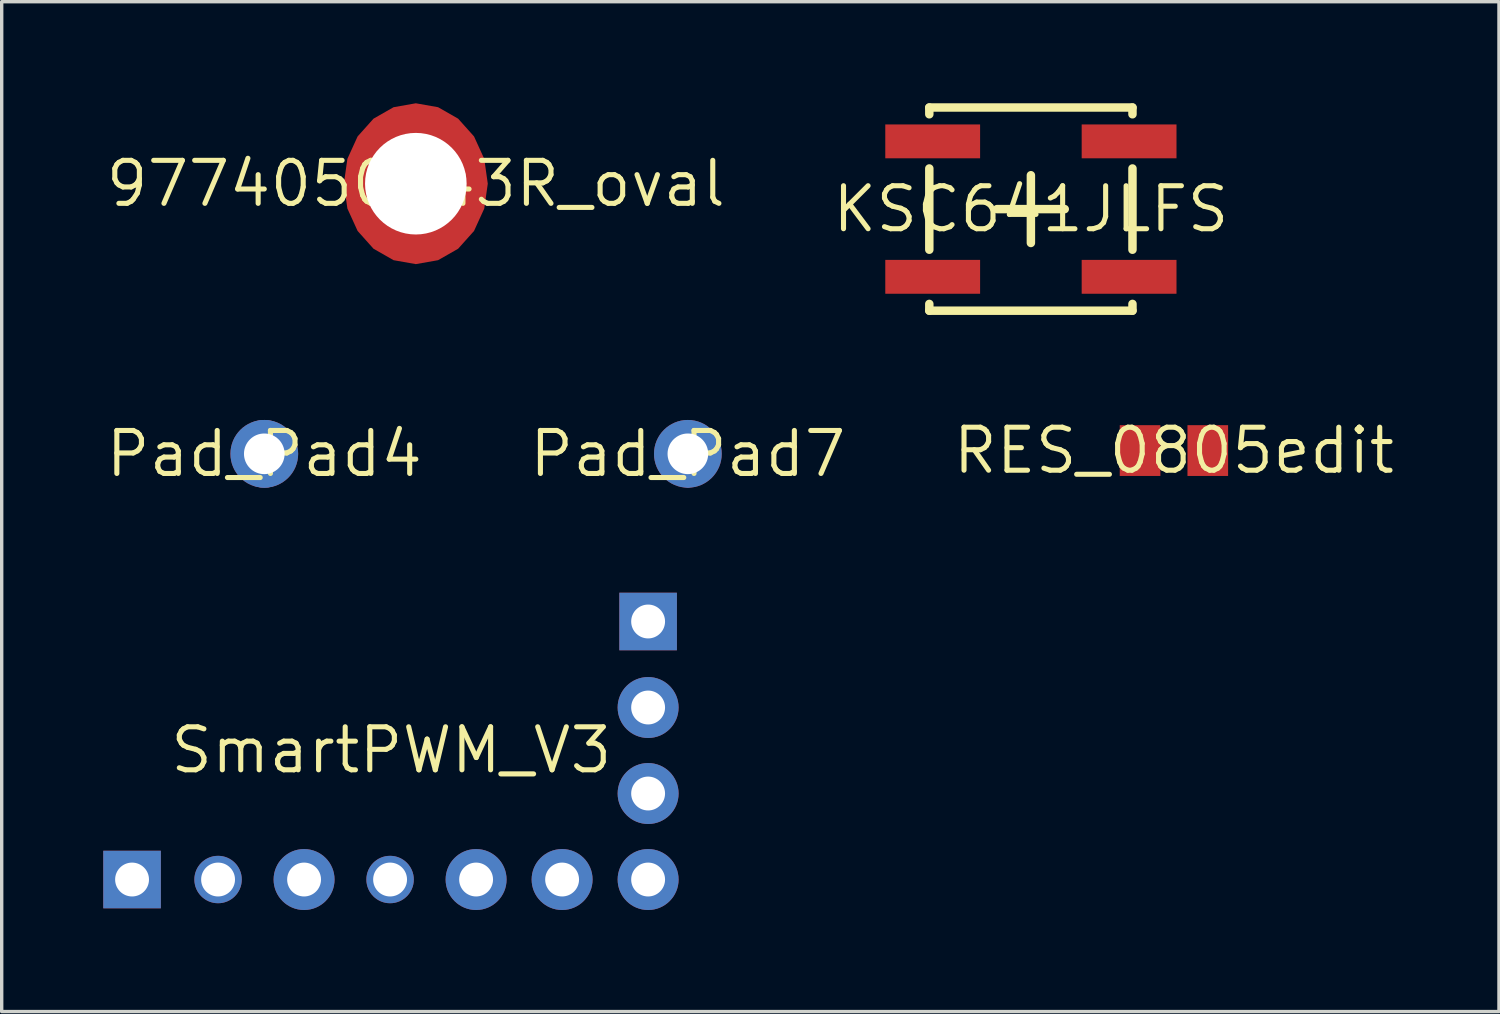
<source format=kicad_pcb>
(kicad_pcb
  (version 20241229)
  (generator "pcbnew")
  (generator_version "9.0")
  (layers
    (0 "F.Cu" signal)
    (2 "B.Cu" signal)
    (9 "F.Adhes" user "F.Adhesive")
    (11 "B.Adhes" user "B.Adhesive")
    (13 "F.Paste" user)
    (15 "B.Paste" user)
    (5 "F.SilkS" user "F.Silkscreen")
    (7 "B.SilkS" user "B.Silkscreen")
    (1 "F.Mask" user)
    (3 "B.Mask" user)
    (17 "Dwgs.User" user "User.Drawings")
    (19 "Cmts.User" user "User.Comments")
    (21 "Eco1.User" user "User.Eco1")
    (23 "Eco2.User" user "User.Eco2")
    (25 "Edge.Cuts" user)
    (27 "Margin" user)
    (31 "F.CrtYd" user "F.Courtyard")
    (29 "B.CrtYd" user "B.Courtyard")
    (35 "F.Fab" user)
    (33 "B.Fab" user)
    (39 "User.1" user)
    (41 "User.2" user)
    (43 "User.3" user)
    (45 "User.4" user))
  (footprint "Pad_Pad7"
    (layer "F.Cu")
    (at 17.264 10.352)
    (property "Reference" "Pad_Pad7" (at 0 0 0) (layer "F.SilkS") (effects (font (size 1.27 1.27) (thickness 0.15))))
    (attr through_hole)
    (fp_poly (pts (xy 0.799 0) (xy 0.76 -0.309) (xy 0.646 -0.587) (xy 0.47 -0.808) (xy 0.247 -0.95) (xy 0 -0.999) (xy -0.247 -0.95) (xy -0.47 -0.808) (xy -0.646 -0.587) (xy -0.76 -0.309) (xy -0.799 0) (xy -0.76 0.309) (xy -0.646 0.587) (xy -0.47 0.808) (xy -0.247 0.95) (xy 0 0.999) (xy 0.247 0.95) (xy 0.47 0.808) (xy 0.646 0.587) (xy 0.76 0.309)) (stroke (width 0) (type solid)) (fill yes) (layer "F.Cu"))
    (fp_poly (pts (xy 0.902 0) (xy 0.858 -0.341) (xy 0.73 -0.648) (xy 0.53 -0.892) (xy 0.279 -1.048) (xy 0 -1.102) (xy -0.279 -1.048) (xy -0.53 -0.892) (xy -0.73 -0.648) (xy -0.858 -0.341) (xy -0.902 0) (xy -0.858 0.341) (xy -0.73 0.648) (xy -0.53 0.892) (xy -0.279 1.048) (xy 0 1.102) (xy 0.279 1.048) (xy 0.53 0.892) (xy 0.73 0.648) (xy 0.858 0.341)) (stroke (width 0) (type solid)) (fill yes) (layer "F.Mask"))
    (fp_poly (pts (xy 0.799 0) (xy 0.76 -0.309) (xy 0.646 -0.587) (xy 0.47 -0.808) (xy 0.247 -0.95) (xy 0 -0.999) (xy -0.247 -0.95) (xy -0.47 -0.808) (xy -0.646 -0.587) (xy -0.76 -0.309) (xy -0.799 0) (xy -0.76 0.309) (xy -0.646 0.587) (xy -0.47 0.808) (xy -0.247 0.95) (xy 0 0.999) (xy 0.247 0.95) (xy 0.47 0.808) (xy 0.646 0.587) (xy 0.76 0.309)) (stroke (width 0) (type solid)) (fill yes) (layer "B.Cu"))
    (fp_poly (pts (xy 0.902 0) (xy 0.858 -0.341) (xy 0.73 -0.648) (xy 0.53 -0.892) (xy 0.279 -1.048) (xy 0 -1.102) (xy -0.279 -1.048) (xy -0.53 -0.892) (xy -0.73 -0.648) (xy -0.858 -0.341) (xy -0.902 0) (xy -0.858 0.341) (xy -0.73 0.648) (xy -0.53 0.892) (xy -0.279 1.048) (xy 0 1.102) (xy 0.279 1.048) (xy 0.53 0.892) (xy 0.73 0.648) (xy 0.858 0.341)) (stroke (width 0) (type solid)) (fill yes) (layer "B.Mask"))
    (pad "1" thru_hole circle (at 0 0) (size 2 2) (drill 1.2) (layers "*.Cu" "*.Mask")))
  (footprint "RES_0805edit"
    (layer "F.Cu")
    (at 31.618 10.256)
    (property "Reference" "RES_0805edit" (at 0 0 0) (layer "F.SilkS") (effects (font (size 1.27 1.27) (thickness 0.15))))
    (attr through_hole)
    (pad "1" smd rect (at -1 0 90) (size 1.5 1.2) (layers "F.Cu" "F.Mask" "F.Paste"))
    (pad "2" smd rect (at 1 0 90) (size 1.5 1.2) (layers "F.Cu" "F.Mask" "F.Paste")))
  (footprint "KSC641JLFS"
    (layer "F.Cu")
    (at 27.394 3.125)
    (property "Reference" "KSC641JLFS" (at 0 0 0) (layer "F.SilkS") (effects (font (size 1.27 1.27) (thickness 0.15))))
    (attr through_hole)
    (fp_line (start -3 -3) (end -3 -2.8) (stroke (width 0.25) (type solid)) (layer "F.SilkS"))
    (fp_line (start -3 -3) (end 3 -3) (stroke (width 0.25) (type solid)) (layer "F.SilkS"))
    (fp_line (start -3 -1.2) (end -3 1.2) (stroke (width 0.25) (type solid)) (layer "F.SilkS"))
    (fp_line (start -3 3) (end -3 2.8) (stroke (width 0.25) (type solid)) (layer "F.SilkS"))
    (fp_line (start -3 3) (end 3 3) (stroke (width 0.25) (type solid)) (layer "F.SilkS"))
    (fp_line (start -1 0) (end 1 0) (stroke (width 0.25) (type solid)) (layer "F.SilkS"))
    (fp_line (start 0 -1) (end 0 1) (stroke (width 0.25) (type solid)) (layer "F.SilkS"))
    (fp_line (start 3 -3) (end 3 -2.8) (stroke (width 0.25) (type solid)) (layer "F.SilkS"))
    (fp_line (start 3 -1.2) (end 3 1.2) (stroke (width 0.25) (type solid)) (layer "F.SilkS"))
    (fp_line (start 3 3) (end 3 2.8) (stroke (width 0.25) (type solid)) (layer "F.SilkS"))
    (pad "1" smd rect (at -2.9 -2) (size 2.8 1) (layers "F.Cu" "F.Mask" "F.Paste"))
    (pad "2" smd rect (at 2.9 -2) (size 2.8 1) (layers "F.Cu" "F.Mask" "F.Paste"))
    (pad "3" smd rect (at -2.9 2) (size 2.8 1) (layers "F.Cu" "F.Mask" "F.Paste"))
    (pad "4" smd rect (at 2.9 2) (size 2.8 1) (layers "F.Cu" "F.Mask" "F.Paste")))
  (footprint "9774050243R_oval"
    (layer "F.Cu")
    (at 9.23 2.375)
    (property "Reference" "9774050243R_oval" (at 0 0 0) (layer "F.SilkS") (effects (font (size 1.27 1.27) (thickness 0.15))))
    (attr through_hole)
    (fp_poly (pts (xy 2.125 0) (xy 2.021 -0.734) (xy 1.719 -1.396) (xy 1.249 -1.921) (xy 0.657 -2.259) (xy 0 -2.375) (xy -0.657 -2.259) (xy -1.249 -1.921) (xy -1.719 -1.396) (xy -2.021 -0.734) (xy -2.125 0) (xy -2.021 0.734) (xy -1.719 1.396) (xy -1.249 1.921) (xy -0.657 2.259) (xy 0 2.375) (xy 0.657 2.259) (xy 1.249 1.921) (xy 1.719 1.396) (xy 2.021 0.734)) (stroke (width 0) (type solid)) (fill yes) (layer "F.Cu"))
    (fp_poly (pts (xy 2.125 0) (xy 2.021 -0.734) (xy 1.719 -1.396) (xy 1.249 -1.921) (xy 0.657 -2.259) (xy 0 -2.375) (xy -0.657 -2.259) (xy -1.249 -1.921) (xy -1.719 -1.396) (xy -2.021 -0.734) (xy -2.125 0) (xy -2.021 0.734) (xy -1.719 1.396) (xy -1.249 1.921) (xy -0.657 2.259) (xy 0 2.375) (xy 0.657 2.259) (xy 1.249 1.921) (xy 1.719 1.396) (xy 2.021 0.734)) (stroke (width 0) (type solid)) (fill yes) (layer "F.Mask"))
    (pad "" np_thru_hole circle (at 0 0) (size 3 3) (drill 3) (layers "*.Cu" "*.Mask")))
  (footprint "Pad_Pad4"
    (layer "F.Cu")
    (at 4.755 10.352)
    (property "Reference" "Pad_Pad4" (at 0 0 0) (layer "F.SilkS") (effects (font (size 1.27 1.27) (thickness 0.15))))
    (attr through_hole)
    (fp_poly (pts (xy 0.799 -0.2) (xy 0.789 -0.325) (xy 0.76 -0.447) (xy 0.712 -0.563) (xy 0.646 -0.67) (xy 0.565 -0.765) (xy 0.47 -0.846) (xy 0.363 -0.912) (xy 0.247 -0.96) (xy 0.125 -0.989) (xy 0 -0.999) (xy -0.125 -0.989) (xy -0.247 -0.96) (xy -0.363 -0.912) (xy -0.47 -0.846) (xy -0.565 -0.765) (xy -0.646 -0.67) (xy -0.712 -0.563) (xy -0.76 -0.447) (xy -0.789 -0.325) (xy -0.799 -0.2) (xy -0.799 0.2) (xy -0.789 0.325) (xy -0.76 0.447) (xy -0.712 0.563) (xy -0.646 0.67) (xy -0.565 0.765) (xy -0.47 0.846) (xy -0.363 0.912) (xy -0.247 0.96) (xy -0.125 0.989) (xy 0 0.999) (xy 0.125 0.989) (xy 0.247 0.96) (xy 0.363 0.912) (xy 0.47 0.846) (xy 0.565 0.765) (xy 0.646 0.67) (xy 0.712 0.563) (xy 0.76 0.447) (xy 0.789 0.325) (xy 0.799 0.2)) (stroke (width 0) (type solid)) (fill yes) (layer "F.Cu"))
    (fp_poly (pts (xy -0.902 0.2) (xy -0.891 0.341) (xy -0.858 0.479) (xy -0.804 0.609) (xy -0.73 0.73) (xy -0.638 0.838) (xy -0.53 0.93) (xy -0.409 1.004) (xy -0.279 1.058) (xy -0.141 1.091) (xy 0 1.102) (xy 0.141 1.091) (xy 0.279 1.058) (xy 0.409 1.004) (xy 0.53 0.93) (xy 0.638 0.838) (xy 0.73 0.73) (xy 0.804 0.609) (xy 0.858 0.479) (xy 0.891 0.341) (xy 0.902 0.2) (xy 0.902 -0.2) (xy 0.891 -0.341) (xy 0.858 -0.479) (xy 0.804 -0.609) (xy 0.73 -0.73) (xy 0.638 -0.838) (xy 0.53 -0.93) (xy 0.409 -1.004) (xy 0.279 -1.058) (xy 0.141 -1.091) (xy 0 -1.102) (xy -0.141 -1.091) (xy -0.279 -1.058) (xy -0.409 -1.004) (xy -0.53 -0.93) (xy -0.638 -0.838) (xy -0.73 -0.73) (xy -0.804 -0.609) (xy -0.858 -0.479) (xy -0.891 -0.341) (xy -0.902 -0.2)) (stroke (width 0) (type solid)) (fill yes) (layer "F.Mask"))
    (fp_poly (pts (xy 0.799 -0.2) (xy 0.789 -0.325) (xy 0.76 -0.447) (xy 0.712 -0.563) (xy 0.646 -0.67) (xy 0.565 -0.765) (xy 0.47 -0.846) (xy 0.363 -0.912) (xy 0.247 -0.96) (xy 0.125 -0.989) (xy 0 -0.999) (xy -0.125 -0.989) (xy -0.247 -0.96) (xy -0.363 -0.912) (xy -0.47 -0.846) (xy -0.565 -0.765) (xy -0.646 -0.67) (xy -0.712 -0.563) (xy -0.76 -0.447) (xy -0.789 -0.325) (xy -0.799 -0.2) (xy -0.799 0.2) (xy -0.789 0.325) (xy -0.76 0.447) (xy -0.712 0.563) (xy -0.646 0.67) (xy -0.565 0.765) (xy -0.47 0.846) (xy -0.363 0.912) (xy -0.247 0.96) (xy -0.125 0.989) (xy 0 0.999) (xy 0.125 0.989) (xy 0.247 0.96) (xy 0.363 0.912) (xy 0.47 0.846) (xy 0.565 0.765) (xy 0.646 0.67) (xy 0.712 0.563) (xy 0.76 0.447) (xy 0.789 0.325) (xy 0.799 0.2)) (stroke (width 0) (type solid)) (fill yes) (layer "B.Cu"))
    (fp_poly (pts (xy -0.902 0.2) (xy -0.891 0.341) (xy -0.858 0.479) (xy -0.804 0.609) (xy -0.73 0.73) (xy -0.638 0.838) (xy -0.53 0.93) (xy -0.409 1.004) (xy -0.279 1.058) (xy -0.141 1.091) (xy 0 1.102) (xy 0.141 1.091) (xy 0.279 1.058) (xy 0.409 1.004) (xy 0.53 0.93) (xy 0.638 0.838) (xy 0.73 0.73) (xy 0.804 0.609) (xy 0.858 0.479) (xy 0.891 0.341) (xy 0.902 0.2) (xy 0.902 -0.2) (xy 0.891 -0.341) (xy 0.858 -0.479) (xy 0.804 -0.609) (xy 0.73 -0.73) (xy 0.638 -0.838) (xy 0.53 -0.93) (xy 0.409 -1.004) (xy 0.279 -1.058) (xy 0.141 -1.091) (xy 0 -1.102) (xy -0.141 -1.091) (xy -0.279 -1.058) (xy -0.409 -1.004) (xy -0.53 -0.93) (xy -0.638 -0.838) (xy -0.73 -0.73) (xy -0.804 -0.609) (xy -0.858 -0.479) (xy -0.891 -0.341) (xy -0.902 -0.2)) (stroke (width 0) (type solid)) (fill yes) (layer "B.Mask"))
    (pad "1" thru_hole circle (at 0 0 90) (size 2 2) (drill 1.2) (layers "*.Cu" "*.Mask")))
  (footprint "SmartPWM_V3"
    (layer "F.Cu")
    (at 8.505 19.104)
    (property "Reference" "SmartPWM_V3" (at 0 0 0) (layer "F.SilkS") (effects (font (size 1.27 1.27) (thickness 0.15))))
    (attr through_hole)
    (pad "3" thru_hole rect (at -7.655 3.82) (size 1.7 1.7) (drill 1) (layers "*.Cu" "*.Mask"))
    (pad "4" thru_hole circle (at -5.115 3.82) (size 1.4 1.4) (drill 1) (layers "*.Cu" "*.Mask"))
    (pad "5" thru_hole circle (at -2.575 3.82) (size 1.8 1.8) (drill 1) (layers "*.Cu" "*.Mask"))
    (pad "6" thru_hole circle (at -0.035 3.82) (size 1.4 1.4) (drill 1) (layers "*.Cu" "*.Mask"))
    (pad "7" thru_hole circle (at 2.505 3.82) (size 1.8 1.8) (drill 1) (layers "*.Cu" "*.Mask"))
    (pad "8" thru_hole circle (at 5.045 3.82) (size 1.8 1.8) (drill 1) (layers "*.Cu" "*.Mask"))
    (pad "9" thru_hole circle (at 7.585 3.82) (size 1.8 1.8) (drill 1) (layers "*.Cu" "*.Mask"))
    (pad "10" thru_hole circle (at 7.585 1.28) (size 1.8 1.8) (drill 1) (layers "*.Cu" "*.Mask"))
    (pad "11" thru_hole circle (at 7.585 -1.26) (size 1.8 1.8) (drill 1) (layers "*.Cu" "*.Mask"))
    (pad "12" thru_hole rect (at 7.585 -3.8 90) (size 1.7 1.7) (drill 1) (layers "*.Cu" "*.Mask")))
  (gr_rect
    (start -3 -3)
    (end 41.217 26.824)
    (stroke (width 0.1) (type default))
    (fill no)
    (layer "Edge.Cuts")))
</source>
